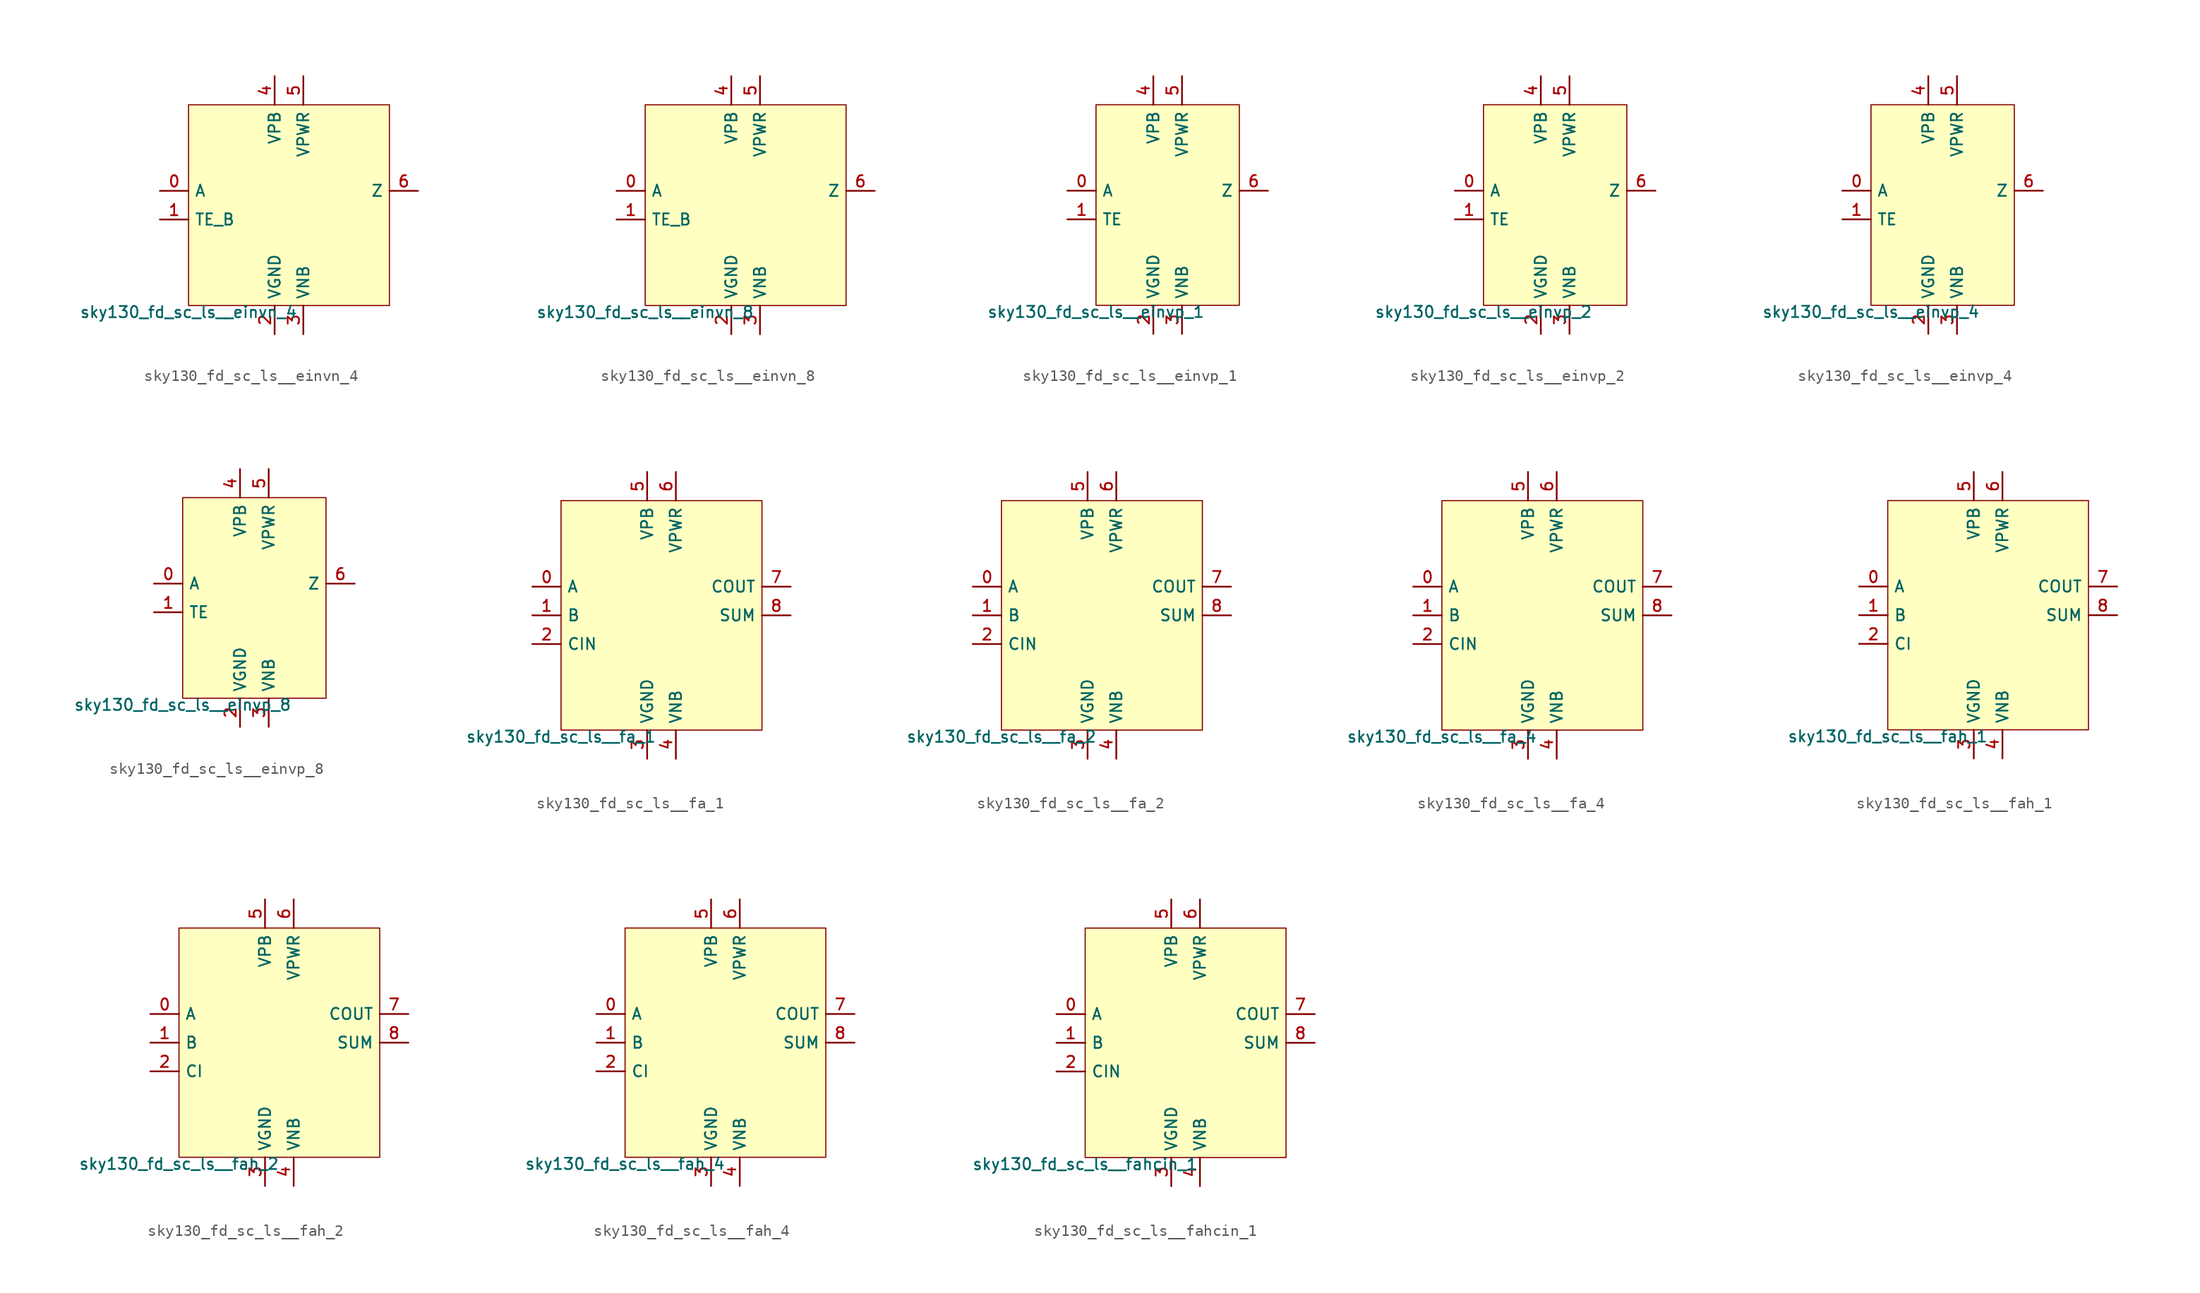
<source format=kicad_sym>
(kicad_symbol_lib
  (version 20211014)
  (generator lef2kicad_sym)
  (symbol "sky130_fd_sc_ls__einvn_4"
    (property "Reference" "X"
      (at 0 0 0)
      (effects (font (size 1 1)) hide))
    (property "Value" "sky130_fd_sc_ls__einvn_4"
      (at -8.89 -8.89 0)
      (effects (font (size 1 1)) (justify top)))
    (rectangle
      (start -8.89 -8.89)
      (end 8.89 8.89)
      (stroke (width 0.1) (type solid) (color 0 0 0 0))
      (fill (type background)))
    (pin input line
      (at -11.43 1.27 0)
      (length 2.54)
      (name "A" (effects (font (size 1 1)) hide))
      (number "0" (effects (font (size 1 1)) hide)))
    (pin input line
      (at -11.43 -1.27 0)
      (length 2.54)
      (name "TE_B" (effects (font (size 1 1)) hide))
      (number "1" (effects (font (size 1 1)) hide)))
    (pin power_in line
      (at -1.27 -11.43 90)
      (length 2.54)
      (name "VGND" (effects (font (size 1 1)) hide))
      (number "2" (effects (font (size 1 1)) hide)))
    (pin power_in line
      (at 1.27 -11.43 90)
      (length 2.54)
      (name "VNB" (effects (font (size 1 1)) hide))
      (number "3" (effects (font (size 1 1)) hide)))
    (pin power_in line
      (at -1.27 11.43 270)
      (length 2.54)
      (name "VPB" (effects (font (size 1 1)) hide))
      (number "4" (effects (font (size 1 1)) hide)))
    (pin power_in line
      (at 1.27 11.43 270)
      (length 2.54)
      (name "VPWR" (effects (font (size 1 1)) hide))
      (number "5" (effects (font (size 1 1)) hide)))
    (pin output line
      (at 11.43 1.27 180)
      (length 2.54)
      (name "Z" (effects (font (size 1 1)) hide))
      (number "6" (effects (font (size 1 1)) hide))))
  (symbol "sky130_fd_sc_ls__einvn_8"
    (property "Reference" "X"
      (at 0 0 0)
      (effects (font (size 1 1)) hide))
    (property "Value" "sky130_fd_sc_ls__einvn_8"
      (at -8.89 -8.89 0)
      (effects (font (size 1 1)) (justify top)))
    (rectangle
      (start -8.89 -8.89)
      (end 8.89 8.89)
      (stroke (width 0.1) (type solid) (color 0 0 0 0))
      (fill (type background)))
    (pin input line
      (at -11.43 1.27 0)
      (length 2.54)
      (name "A" (effects (font (size 1 1)) hide))
      (number "0" (effects (font (size 1 1)) hide)))
    (pin input line
      (at -11.43 -1.27 0)
      (length 2.54)
      (name "TE_B" (effects (font (size 1 1)) hide))
      (number "1" (effects (font (size 1 1)) hide)))
    (pin power_in line
      (at -1.27 -11.43 90)
      (length 2.54)
      (name "VGND" (effects (font (size 1 1)) hide))
      (number "2" (effects (font (size 1 1)) hide)))
    (pin power_in line
      (at 1.27 -11.43 90)
      (length 2.54)
      (name "VNB" (effects (font (size 1 1)) hide))
      (number "3" (effects (font (size 1 1)) hide)))
    (pin power_in line
      (at -1.27 11.43 270)
      (length 2.54)
      (name "VPB" (effects (font (size 1 1)) hide))
      (number "4" (effects (font (size 1 1)) hide)))
    (pin power_in line
      (at 1.27 11.43 270)
      (length 2.54)
      (name "VPWR" (effects (font (size 1 1)) hide))
      (number "5" (effects (font (size 1 1)) hide)))
    (pin output line
      (at 11.43 1.27 180)
      (length 2.54)
      (name "Z" (effects (font (size 1 1)) hide))
      (number "6" (effects (font (size 1 1)) hide))))
  (symbol "sky130_fd_sc_ls__einvp_1"
    (property "Reference" "X"
      (at 0 0 0)
      (effects (font (size 1 1)) hide))
    (property "Value" "sky130_fd_sc_ls__einvp_1"
      (at -6.35 -8.89 0)
      (effects (font (size 1 1)) (justify top)))
    (rectangle
      (start -6.35 -8.89)
      (end 6.35 8.89)
      (stroke (width 0.1) (type solid) (color 0 0 0 0))
      (fill (type background)))
    (pin input line
      (at -8.89 1.27 0)
      (length 2.54)
      (name "A" (effects (font (size 1 1)) hide))
      (number "0" (effects (font (size 1 1)) hide)))
    (pin input line
      (at -8.89 -1.27 0)
      (length 2.54)
      (name "TE" (effects (font (size 1 1)) hide))
      (number "1" (effects (font (size 1 1)) hide)))
    (pin power_in line
      (at -1.27 -11.43 90)
      (length 2.54)
      (name "VGND" (effects (font (size 1 1)) hide))
      (number "2" (effects (font (size 1 1)) hide)))
    (pin power_in line
      (at 1.27 -11.43 90)
      (length 2.54)
      (name "VNB" (effects (font (size 1 1)) hide))
      (number "3" (effects (font (size 1 1)) hide)))
    (pin power_in line
      (at -1.27 11.43 270)
      (length 2.54)
      (name "VPB" (effects (font (size 1 1)) hide))
      (number "4" (effects (font (size 1 1)) hide)))
    (pin power_in line
      (at 1.27 11.43 270)
      (length 2.54)
      (name "VPWR" (effects (font (size 1 1)) hide))
      (number "5" (effects (font (size 1 1)) hide)))
    (pin output line
      (at 8.89 1.27 180)
      (length 2.54)
      (name "Z" (effects (font (size 1 1)) hide))
      (number "6" (effects (font (size 1 1)) hide))))
  (symbol "sky130_fd_sc_ls__einvp_2"
    (property "Reference" "X"
      (at 0 0 0)
      (effects (font (size 1 1)) hide))
    (property "Value" "sky130_fd_sc_ls__einvp_2"
      (at -6.35 -8.89 0)
      (effects (font (size 1 1)) (justify top)))
    (rectangle
      (start -6.35 -8.89)
      (end 6.35 8.89)
      (stroke (width 0.1) (type solid) (color 0 0 0 0))
      (fill (type background)))
    (pin input line
      (at -8.89 1.27 0)
      (length 2.54)
      (name "A" (effects (font (size 1 1)) hide))
      (number "0" (effects (font (size 1 1)) hide)))
    (pin input line
      (at -8.89 -1.27 0)
      (length 2.54)
      (name "TE" (effects (font (size 1 1)) hide))
      (number "1" (effects (font (size 1 1)) hide)))
    (pin power_in line
      (at -1.27 -11.43 90)
      (length 2.54)
      (name "VGND" (effects (font (size 1 1)) hide))
      (number "2" (effects (font (size 1 1)) hide)))
    (pin power_in line
      (at 1.27 -11.43 90)
      (length 2.54)
      (name "VNB" (effects (font (size 1 1)) hide))
      (number "3" (effects (font (size 1 1)) hide)))
    (pin power_in line
      (at -1.27 11.43 270)
      (length 2.54)
      (name "VPB" (effects (font (size 1 1)) hide))
      (number "4" (effects (font (size 1 1)) hide)))
    (pin power_in line
      (at 1.27 11.43 270)
      (length 2.54)
      (name "VPWR" (effects (font (size 1 1)) hide))
      (number "5" (effects (font (size 1 1)) hide)))
    (pin output line
      (at 8.89 1.27 180)
      (length 2.54)
      (name "Z" (effects (font (size 1 1)) hide))
      (number "6" (effects (font (size 1 1)) hide))))
  (symbol "sky130_fd_sc_ls__einvp_4"
    (property "Reference" "X"
      (at 0 0 0)
      (effects (font (size 1 1)) hide))
    (property "Value" "sky130_fd_sc_ls__einvp_4"
      (at -6.35 -8.89 0)
      (effects (font (size 1 1)) (justify top)))
    (rectangle
      (start -6.35 -8.89)
      (end 6.35 8.89)
      (stroke (width 0.1) (type solid) (color 0 0 0 0))
      (fill (type background)))
    (pin input line
      (at -8.89 1.27 0)
      (length 2.54)
      (name "A" (effects (font (size 1 1)) hide))
      (number "0" (effects (font (size 1 1)) hide)))
    (pin input line
      (at -8.89 -1.27 0)
      (length 2.54)
      (name "TE" (effects (font (size 1 1)) hide))
      (number "1" (effects (font (size 1 1)) hide)))
    (pin power_in line
      (at -1.27 -11.43 90)
      (length 2.54)
      (name "VGND" (effects (font (size 1 1)) hide))
      (number "2" (effects (font (size 1 1)) hide)))
    (pin power_in line
      (at 1.27 -11.43 90)
      (length 2.54)
      (name "VNB" (effects (font (size 1 1)) hide))
      (number "3" (effects (font (size 1 1)) hide)))
    (pin power_in line
      (at -1.27 11.43 270)
      (length 2.54)
      (name "VPB" (effects (font (size 1 1)) hide))
      (number "4" (effects (font (size 1 1)) hide)))
    (pin power_in line
      (at 1.27 11.43 270)
      (length 2.54)
      (name "VPWR" (effects (font (size 1 1)) hide))
      (number "5" (effects (font (size 1 1)) hide)))
    (pin output line
      (at 8.89 1.27 180)
      (length 2.54)
      (name "Z" (effects (font (size 1 1)) hide))
      (number "6" (effects (font (size 1 1)) hide))))
  (symbol "sky130_fd_sc_ls__einvp_8"
    (property "Reference" "X"
      (at 0 0 0)
      (effects (font (size 1 1)) hide))
    (property "Value" "sky130_fd_sc_ls__einvp_8"
      (at -6.35 -8.89 0)
      (effects (font (size 1 1)) (justify top)))
    (rectangle
      (start -6.35 -8.89)
      (end 6.35 8.89)
      (stroke (width 0.1) (type solid) (color 0 0 0 0))
      (fill (type background)))
    (pin input line
      (at -8.89 1.27 0)
      (length 2.54)
      (name "A" (effects (font (size 1 1)) hide))
      (number "0" (effects (font (size 1 1)) hide)))
    (pin input line
      (at -8.89 -1.27 0)
      (length 2.54)
      (name "TE" (effects (font (size 1 1)) hide))
      (number "1" (effects (font (size 1 1)) hide)))
    (pin power_in line
      (at -1.27 -11.43 90)
      (length 2.54)
      (name "VGND" (effects (font (size 1 1)) hide))
      (number "2" (effects (font (size 1 1)) hide)))
    (pin power_in line
      (at 1.27 -11.43 90)
      (length 2.54)
      (name "VNB" (effects (font (size 1 1)) hide))
      (number "3" (effects (font (size 1 1)) hide)))
    (pin power_in line
      (at -1.27 11.43 270)
      (length 2.54)
      (name "VPB" (effects (font (size 1 1)) hide))
      (number "4" (effects (font (size 1 1)) hide)))
    (pin power_in line
      (at 1.27 11.43 270)
      (length 2.54)
      (name "VPWR" (effects (font (size 1 1)) hide))
      (number "5" (effects (font (size 1 1)) hide)))
    (pin output line
      (at 8.89 1.27 180)
      (length 2.54)
      (name "Z" (effects (font (size 1 1)) hide))
      (number "6" (effects (font (size 1 1)) hide))))
  (symbol "sky130_fd_sc_ls__fa_1"
    (property "Reference" "X"
      (at 0 0 0)
      (effects (font (size 1 1)) hide))
    (property "Value" "sky130_fd_sc_ls__fa_1"
      (at -8.89 -10.16 0)
      (effects (font (size 1 1)) (justify top)))
    (rectangle
      (start -8.89 -10.16)
      (end 8.89 10.16)
      (stroke (width 0.1) (type solid) (color 0 0 0 0))
      (fill (type background)))
    (pin input line
      (at -11.43 2.54 0)
      (length 2.54)
      (name "A" (effects (font (size 1 1)) hide))
      (number "0" (effects (font (size 1 1)) hide)))
    (pin input line
      (at -11.43 0.0 0)
      (length 2.54)
      (name "B" (effects (font (size 1 1)) hide))
      (number "1" (effects (font (size 1 1)) hide)))
    (pin input line
      (at -11.43 -2.54 0)
      (length 2.54)
      (name "CIN" (effects (font (size 1 1)) hide))
      (number "2" (effects (font (size 1 1)) hide)))
    (pin power_in line
      (at -1.27 -12.7 90)
      (length 2.54)
      (name "VGND" (effects (font (size 1 1)) hide))
      (number "3" (effects (font (size 1 1)) hide)))
    (pin power_in line
      (at 1.27 -12.7 90)
      (length 2.54)
      (name "VNB" (effects (font (size 1 1)) hide))
      (number "4" (effects (font (size 1 1)) hide)))
    (pin power_in line
      (at -1.27 12.7 270)
      (length 2.54)
      (name "VPB" (effects (font (size 1 1)) hide))
      (number "5" (effects (font (size 1 1)) hide)))
    (pin power_in line
      (at 1.27 12.7 270)
      (length 2.54)
      (name "VPWR" (effects (font (size 1 1)) hide))
      (number "6" (effects (font (size 1 1)) hide)))
    (pin output line
      (at 11.43 2.54 180)
      (length 2.54)
      (name "COUT" (effects (font (size 1 1)) hide))
      (number "7" (effects (font (size 1 1)) hide)))
    (pin output line
      (at 11.43 0.0 180)
      (length 2.54)
      (name "SUM" (effects (font (size 1 1)) hide))
      (number "8" (effects (font (size 1 1)) hide))))
  (symbol "sky130_fd_sc_ls__fa_2"
    (property "Reference" "X"
      (at 0 0 0)
      (effects (font (size 1 1)) hide))
    (property "Value" "sky130_fd_sc_ls__fa_2"
      (at -8.89 -10.16 0)
      (effects (font (size 1 1)) (justify top)))
    (rectangle
      (start -8.89 -10.16)
      (end 8.89 10.16)
      (stroke (width 0.1) (type solid) (color 0 0 0 0))
      (fill (type background)))
    (pin input line
      (at -11.43 2.54 0)
      (length 2.54)
      (name "A" (effects (font (size 1 1)) hide))
      (number "0" (effects (font (size 1 1)) hide)))
    (pin input line
      (at -11.43 0.0 0)
      (length 2.54)
      (name "B" (effects (font (size 1 1)) hide))
      (number "1" (effects (font (size 1 1)) hide)))
    (pin input line
      (at -11.43 -2.54 0)
      (length 2.54)
      (name "CIN" (effects (font (size 1 1)) hide))
      (number "2" (effects (font (size 1 1)) hide)))
    (pin power_in line
      (at -1.27 -12.7 90)
      (length 2.54)
      (name "VGND" (effects (font (size 1 1)) hide))
      (number "3" (effects (font (size 1 1)) hide)))
    (pin power_in line
      (at 1.27 -12.7 90)
      (length 2.54)
      (name "VNB" (effects (font (size 1 1)) hide))
      (number "4" (effects (font (size 1 1)) hide)))
    (pin power_in line
      (at -1.27 12.7 270)
      (length 2.54)
      (name "VPB" (effects (font (size 1 1)) hide))
      (number "5" (effects (font (size 1 1)) hide)))
    (pin power_in line
      (at 1.27 12.7 270)
      (length 2.54)
      (name "VPWR" (effects (font (size 1 1)) hide))
      (number "6" (effects (font (size 1 1)) hide)))
    (pin output line
      (at 11.43 2.54 180)
      (length 2.54)
      (name "COUT" (effects (font (size 1 1)) hide))
      (number "7" (effects (font (size 1 1)) hide)))
    (pin output line
      (at 11.43 0.0 180)
      (length 2.54)
      (name "SUM" (effects (font (size 1 1)) hide))
      (number "8" (effects (font (size 1 1)) hide))))
  (symbol "sky130_fd_sc_ls__fa_4"
    (property "Reference" "X"
      (at 0 0 0)
      (effects (font (size 1 1)) hide))
    (property "Value" "sky130_fd_sc_ls__fa_4"
      (at -8.89 -10.16 0)
      (effects (font (size 1 1)) (justify top)))
    (rectangle
      (start -8.89 -10.16)
      (end 8.89 10.16)
      (stroke (width 0.1) (type solid) (color 0 0 0 0))
      (fill (type background)))
    (pin input line
      (at -11.43 2.54 0)
      (length 2.54)
      (name "A" (effects (font (size 1 1)) hide))
      (number "0" (effects (font (size 1 1)) hide)))
    (pin input line
      (at -11.43 0.0 0)
      (length 2.54)
      (name "B" (effects (font (size 1 1)) hide))
      (number "1" (effects (font (size 1 1)) hide)))
    (pin input line
      (at -11.43 -2.54 0)
      (length 2.54)
      (name "CIN" (effects (font (size 1 1)) hide))
      (number "2" (effects (font (size 1 1)) hide)))
    (pin power_in line
      (at -1.27 -12.7 90)
      (length 2.54)
      (name "VGND" (effects (font (size 1 1)) hide))
      (number "3" (effects (font (size 1 1)) hide)))
    (pin power_in line
      (at 1.27 -12.7 90)
      (length 2.54)
      (name "VNB" (effects (font (size 1 1)) hide))
      (number "4" (effects (font (size 1 1)) hide)))
    (pin power_in line
      (at -1.27 12.7 270)
      (length 2.54)
      (name "VPB" (effects (font (size 1 1)) hide))
      (number "5" (effects (font (size 1 1)) hide)))
    (pin power_in line
      (at 1.27 12.7 270)
      (length 2.54)
      (name "VPWR" (effects (font (size 1 1)) hide))
      (number "6" (effects (font (size 1 1)) hide)))
    (pin output line
      (at 11.43 2.54 180)
      (length 2.54)
      (name "COUT" (effects (font (size 1 1)) hide))
      (number "7" (effects (font (size 1 1)) hide)))
    (pin output line
      (at 11.43 0.0 180)
      (length 2.54)
      (name "SUM" (effects (font (size 1 1)) hide))
      (number "8" (effects (font (size 1 1)) hide))))
  (symbol "sky130_fd_sc_ls__fah_1"
    (property "Reference" "X"
      (at 0 0 0)
      (effects (font (size 1 1)) hide))
    (property "Value" "sky130_fd_sc_ls__fah_1"
      (at -8.89 -10.16 0)
      (effects (font (size 1 1)) (justify top)))
    (rectangle
      (start -8.89 -10.16)
      (end 8.89 10.16)
      (stroke (width 0.1) (type solid) (color 0 0 0 0))
      (fill (type background)))
    (pin input line
      (at -11.43 2.54 0)
      (length 2.54)
      (name "A" (effects (font (size 1 1)) hide))
      (number "0" (effects (font (size 1 1)) hide)))
    (pin input line
      (at -11.43 0.0 0)
      (length 2.54)
      (name "B" (effects (font (size 1 1)) hide))
      (number "1" (effects (font (size 1 1)) hide)))
    (pin input line
      (at -11.43 -2.54 0)
      (length 2.54)
      (name "CI" (effects (font (size 1 1)) hide))
      (number "2" (effects (font (size 1 1)) hide)))
    (pin power_in line
      (at -1.27 -12.7 90)
      (length 2.54)
      (name "VGND" (effects (font (size 1 1)) hide))
      (number "3" (effects (font (size 1 1)) hide)))
    (pin power_in line
      (at 1.27 -12.7 90)
      (length 2.54)
      (name "VNB" (effects (font (size 1 1)) hide))
      (number "4" (effects (font (size 1 1)) hide)))
    (pin power_in line
      (at -1.27 12.7 270)
      (length 2.54)
      (name "VPB" (effects (font (size 1 1)) hide))
      (number "5" (effects (font (size 1 1)) hide)))
    (pin power_in line
      (at 1.27 12.7 270)
      (length 2.54)
      (name "VPWR" (effects (font (size 1 1)) hide))
      (number "6" (effects (font (size 1 1)) hide)))
    (pin output line
      (at 11.43 2.54 180)
      (length 2.54)
      (name "COUT" (effects (font (size 1 1)) hide))
      (number "7" (effects (font (size 1 1)) hide)))
    (pin output line
      (at 11.43 0.0 180)
      (length 2.54)
      (name "SUM" (effects (font (size 1 1)) hide))
      (number "8" (effects (font (size 1 1)) hide))))
  (symbol "sky130_fd_sc_ls__fah_2"
    (property "Reference" "X"
      (at 0 0 0)
      (effects (font (size 1 1)) hide))
    (property "Value" "sky130_fd_sc_ls__fah_2"
      (at -8.89 -10.16 0)
      (effects (font (size 1 1)) (justify top)))
    (rectangle
      (start -8.89 -10.16)
      (end 8.89 10.16)
      (stroke (width 0.1) (type solid) (color 0 0 0 0))
      (fill (type background)))
    (pin input line
      (at -11.43 2.54 0)
      (length 2.54)
      (name "A" (effects (font (size 1 1)) hide))
      (number "0" (effects (font (size 1 1)) hide)))
    (pin input line
      (at -11.43 0.0 0)
      (length 2.54)
      (name "B" (effects (font (size 1 1)) hide))
      (number "1" (effects (font (size 1 1)) hide)))
    (pin input line
      (at -11.43 -2.54 0)
      (length 2.54)
      (name "CI" (effects (font (size 1 1)) hide))
      (number "2" (effects (font (size 1 1)) hide)))
    (pin power_in line
      (at -1.27 -12.7 90)
      (length 2.54)
      (name "VGND" (effects (font (size 1 1)) hide))
      (number "3" (effects (font (size 1 1)) hide)))
    (pin power_in line
      (at 1.27 -12.7 90)
      (length 2.54)
      (name "VNB" (effects (font (size 1 1)) hide))
      (number "4" (effects (font (size 1 1)) hide)))
    (pin power_in line
      (at -1.27 12.7 270)
      (length 2.54)
      (name "VPB" (effects (font (size 1 1)) hide))
      (number "5" (effects (font (size 1 1)) hide)))
    (pin power_in line
      (at 1.27 12.7 270)
      (length 2.54)
      (name "VPWR" (effects (font (size 1 1)) hide))
      (number "6" (effects (font (size 1 1)) hide)))
    (pin output line
      (at 11.43 2.54 180)
      (length 2.54)
      (name "COUT" (effects (font (size 1 1)) hide))
      (number "7" (effects (font (size 1 1)) hide)))
    (pin output line
      (at 11.43 0.0 180)
      (length 2.54)
      (name "SUM" (effects (font (size 1 1)) hide))
      (number "8" (effects (font (size 1 1)) hide))))
  (symbol "sky130_fd_sc_ls__fah_4"
    (property "Reference" "X"
      (at 0 0 0)
      (effects (font (size 1 1)) hide))
    (property "Value" "sky130_fd_sc_ls__fah_4"
      (at -8.89 -10.16 0)
      (effects (font (size 1 1)) (justify top)))
    (rectangle
      (start -8.89 -10.16)
      (end 8.89 10.16)
      (stroke (width 0.1) (type solid) (color 0 0 0 0))
      (fill (type background)))
    (pin input line
      (at -11.43 2.54 0)
      (length 2.54)
      (name "A" (effects (font (size 1 1)) hide))
      (number "0" (effects (font (size 1 1)) hide)))
    (pin input line
      (at -11.43 0.0 0)
      (length 2.54)
      (name "B" (effects (font (size 1 1)) hide))
      (number "1" (effects (font (size 1 1)) hide)))
    (pin input line
      (at -11.43 -2.54 0)
      (length 2.54)
      (name "CI" (effects (font (size 1 1)) hide))
      (number "2" (effects (font (size 1 1)) hide)))
    (pin power_in line
      (at -1.27 -12.7 90)
      (length 2.54)
      (name "VGND" (effects (font (size 1 1)) hide))
      (number "3" (effects (font (size 1 1)) hide)))
    (pin power_in line
      (at 1.27 -12.7 90)
      (length 2.54)
      (name "VNB" (effects (font (size 1 1)) hide))
      (number "4" (effects (font (size 1 1)) hide)))
    (pin power_in line
      (at -1.27 12.7 270)
      (length 2.54)
      (name "VPB" (effects (font (size 1 1)) hide))
      (number "5" (effects (font (size 1 1)) hide)))
    (pin power_in line
      (at 1.27 12.7 270)
      (length 2.54)
      (name "VPWR" (effects (font (size 1 1)) hide))
      (number "6" (effects (font (size 1 1)) hide)))
    (pin output line
      (at 11.43 2.54 180)
      (length 2.54)
      (name "COUT" (effects (font (size 1 1)) hide))
      (number "7" (effects (font (size 1 1)) hide)))
    (pin output line
      (at 11.43 0.0 180)
      (length 2.54)
      (name "SUM" (effects (font (size 1 1)) hide))
      (number "8" (effects (font (size 1 1)) hide))))
  (symbol "sky130_fd_sc_ls__fahcin_1"
    (property "Reference" "X"
      (at 0 0 0)
      (effects (font (size 1 1)) hide))
    (property "Value" "sky130_fd_sc_ls__fahcin_1"
      (at -8.89 -10.16 0)
      (effects (font (size 1 1)) (justify top)))
    (rectangle
      (start -8.89 -10.16)
      (end 8.89 10.16)
      (stroke (width 0.1) (type solid) (color 0 0 0 0))
      (fill (type background)))
    (pin input line
      (at -11.43 2.54 0)
      (length 2.54)
      (name "A" (effects (font (size 1 1)) hide))
      (number "0" (effects (font (size 1 1)) hide)))
    (pin input line
      (at -11.43 0.0 0)
      (length 2.54)
      (name "B" (effects (font (size 1 1)) hide))
      (number "1" (effects (font (size 1 1)) hide)))
    (pin input line
      (at -11.43 -2.54 0)
      (length 2.54)
      (name "CIN" (effects (font (size 1 1)) hide))
      (number "2" (effects (font (size 1 1)) hide)))
    (pin power_in line
      (at -1.27 -12.7 90)
      (length 2.54)
      (name "VGND" (effects (font (size 1 1)) hide))
      (number "3" (effects (font (size 1 1)) hide)))
    (pin power_in line
      (at 1.27 -12.7 90)
      (length 2.54)
      (name "VNB" (effects (font (size 1 1)) hide))
      (number "4" (effects (font (size 1 1)) hide)))
    (pin power_in line
      (at -1.27 12.7 270)
      (length 2.54)
      (name "VPB" (effects (font (size 1 1)) hide))
      (number "5" (effects (font (size 1 1)) hide)))
    (pin power_in line
      (at 1.27 12.7 270)
      (length 2.54)
      (name "VPWR" (effects (font (size 1 1)) hide))
      (number "6" (effects (font (size 1 1)) hide)))
    (pin output line
      (at 11.43 2.54 180)
      (length 2.54)
      (name "COUT" (effects (font (size 1 1)) hide))
      (number "7" (effects (font (size 1 1)) hide)))
    (pin output line
      (at 11.43 0.0 180)
      (length 2.54)
      (name "SUM" (effects (font (size 1 1)) hide))
      (number "8" (effects (font (size 1 1)) hide)))))
</source>
